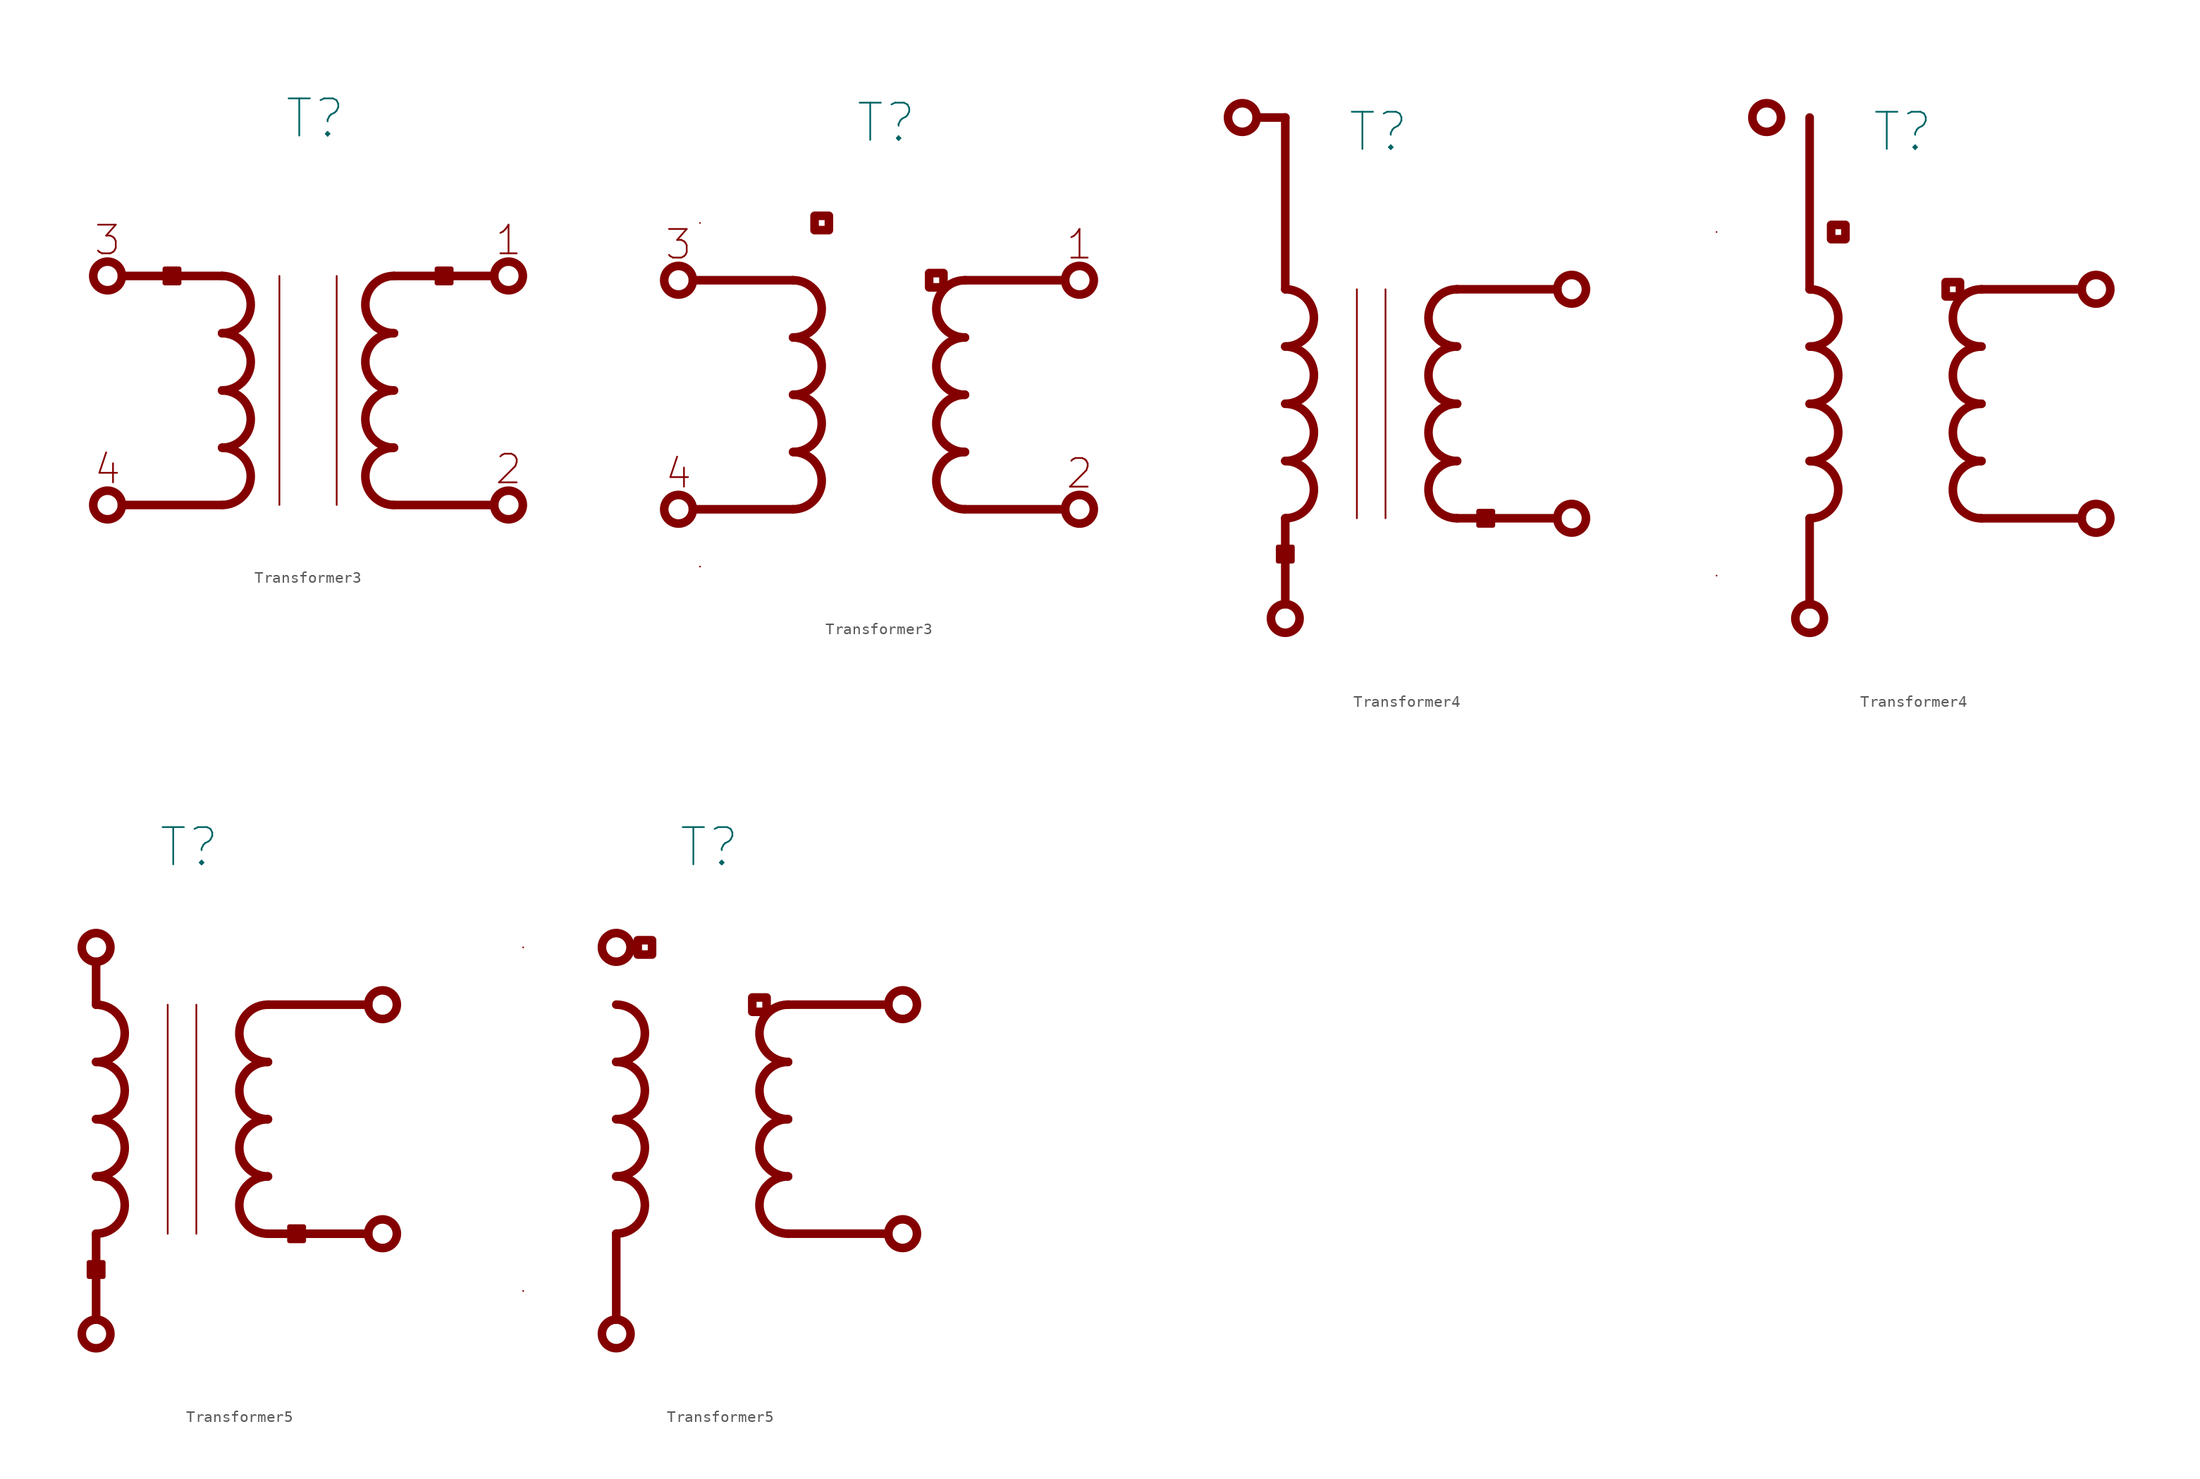
<source format=kicad_sym>
(kicad_symbol_lib
  (version 20211014)
  (generator kicad_symbol_editor)
  (symbol "Transformer3"
    (pin_numbers hide)
    (pin_names
      (offset 0) hide)
    (property "Reference" "T"
      (at 0.635 24.13 0)
      (effects (font (size 3.302 3.302))))
    (symbol "Transformer3_0_0"
      (circle (center -17.78 -10.16) (radius 1.27) (stroke (width 0.762) (type default) (color 0 0 0 0)) (fill (type none)))
      (circle (center -17.78 10.16) (radius 1.27) (stroke (width 0.762) (type default) (color 0 0 0 0)) (fill (type none)))
      (arc (start -7.62 -10.16) (mid -5.08 -7.62) (end -7.62 -5.08) (stroke (width 0.762) (type default) (color 0 0 0 0)) (fill (type none)))
      (arc (start -7.62 -5.08) (mid -5.08 -2.54) (end -7.62 0) (stroke (width 0.762) (type default) (color 0 0 0 0)) (fill (type none)))
      (arc (start -7.62 0) (mid -5.08 2.54) (end -7.62 5.08) (stroke (width 0.762) (type default) (color 0 0 0 0)) (fill (type none)))
      (arc (start -7.62 5.08) (mid -5.08 7.62) (end -7.62 10.16) (stroke (width 0.762) (type default) (color 0 0 0 0)) (fill (type none)))
      (polyline (pts (xy -7.62 -10.16) (xy -16.51 -10.16)) (stroke (width 0.762) (type default) (color 0 0 0 0)) (fill (type none)))
      (polyline (pts (xy -7.62 10.16) (xy -16.51 10.16)) (stroke (width 0.762) (type default) (color 0 0 0 0)) (fill (type none)))
      (polyline (pts (xy 7.62 -10.16) (xy 16.51 -10.16)) (stroke (width 0.762) (type default) (color 0 0 0 0)) (fill (type none)))
      (polyline (pts (xy 16.51 10.16) (xy 7.62 10.16)) (stroke (width 0.762) (type default) (color 0 0 0 0)) (fill (type none)))
      (circle (center 17.78 -10.16) (radius 1.27) (stroke (width 0.762) (type default) (color 0 0 0 0)) (fill (type none)))
      (circle (center 17.78 10.16) (radius 1.27) (stroke (width 0.762) (type default) (color 0 0 0 0)) (fill (type none)))
      (text "1" (at 17.78 13.335 0) (effects (font (size 2.54 2.54))))
      (text "2" (at 17.78 -6.985 0) (effects (font (size 2.54 2.54))))
      (text "3" (at -17.78 13.335 0) (effects (font (size 2.54 2.54))))
      (text "4" (at -17.78 -6.985 0) (effects (font (size 2.54 2.54)))))
    (symbol "Transformer3_0_1"
      (rectangle (start -11.43 10.795) (end -12.7 9.525) (stroke (width 0.406) (type default) (color 0 0 0 0)) (fill (type outline)))
      (polyline (pts (xy -2.54 10.16) (xy -2.54 -10.16)) (stroke (width 0) (type default) (color 0 0 0 0)) (fill (type none)))
      (polyline (pts (xy 2.54 10.16) (xy 2.54 -10.16)) (stroke (width 0) (type default) (color 0 0 0 0)) (fill (type none))))
    (symbol "Transformer3_0_2"
      (polyline (pts (xy -4.445 15.875) (xy -4.445 14.605) (xy -5.715 14.605) (xy -5.715 15.875) (xy -4.445 15.875)) (stroke (width 0.762) (type default) (color 0 0 0 0)) (fill (type none)))
      (polyline (pts (xy 4.445 10.795) (xy 4.445 9.525) (xy 5.715 9.525) (xy 5.715 10.795) (xy 4.445 10.795)) (stroke (width 0.762) (type default) (color 0 0 0 0)) (fill (type none))))
    (symbol "Transformer3_1_0"
      (arc (start 7.62 -5.08) (mid 5.08 -7.62) (end 7.62 -10.16) (stroke (width 0.762) (type default) (color 0 0 0 0)) (fill (type none)))
      (arc (start 7.62 0) (mid 5.08 -2.54) (end 7.62 -5.08) (stroke (width 0.762) (type default) (color 0 0 0 0)) (fill (type none)))
      (arc (start 7.62 5.08) (mid 5.08 2.54) (end 7.62 0) (stroke (width 0.762) (type default) (color 0 0 0 0)) (fill (type none)))
      (arc (start 7.62 10.16) (mid 5.08 7.62) (end 7.62 5.08) (stroke (width 0.762) (type default) (color 0 0 0 0)) (fill (type none)))
      (pin passive line (at -19.05 10.16 0) (length 0) (name "3" (effects (font (size 3.556 3.556)))) (number "3" (effects (font (size 3.556 3.556))))))
    (symbol "Transformer3_1_1"
      (rectangle (start 11.43 9.525) (end 12.7 10.795) (stroke (width 0.406) (type default) (color 0 0 0 0)) (fill (type outline)))
      (pin passive line (at 19.05 10.16 180) (length 0) (name "1" (effects (font (size 1.27 1.27)))) (number "1" (effects (font (size 1.27 1.27)))))
      (pin passive line (at 19.05 -10.16 180) (length 0) (name "2" (effects (font (size 3.556 3.556)))) (number "2" (effects (font (size 3.556 3.556)))))
      (pin passive line (at -19.05 -10.16 0) (length 0) (name "4" (effects (font (size 1.27 1.27)))) (number "4" (effects (font (size 1.27 1.27))))))
    (symbol "Transformer3_1_2"
      (pin passive line (at 15.875 10.16 180) (length 0) (name "1" (effects (font (size 1.27 1.27)))) (number "1" (effects (font (size 1.27 1.27)))))
      (pin passive line (at 15.875 -10.16 180) (length 0) (name "2" (effects (font (size 3.556 3.556)))) (number "2" (effects (font (size 3.556 3.556)))))
      (pin passive line (at -15.875 15.24 0) (length 0) (name "3" (effects (font (size 3.556 3.556)))) (number "3" (effects (font (size 3.556 3.556)))))
      (pin passive line (at -15.875 -15.24 0) (length 0) (name "4" (effects (font (size 1.27 1.27)))) (number "4" (effects (font (size 1.27 1.27)))))))
  (symbol "Transformer4"
    (pin_numbers hide)
    (pin_names
      (offset 0) hide)
    (property "Reference" "T"
      (at 0.635 24.13 0)
      (effects (font (size 3.302 3.302))))
    (symbol "Transformer4_0_0"
      (circle (center -11.43 25.4) (radius 1.27) (stroke (width 0.762) (type default) (color 0 0 0 0)) (fill (type none)))
      (circle (center -7.62 -19.05) (radius 1.27) (stroke (width 0.762) (type default) (color 0 0 0 0)) (fill (type none)))
      (arc (start -7.62 -10.16) (mid -5.08 -7.62) (end -7.62 -5.08) (stroke (width 0.762) (type default) (color 0 0 0 0)) (fill (type none)))
      (arc (start -7.62 -5.08) (mid -5.08 -2.54) (end -7.62 0) (stroke (width 0.762) (type default) (color 0 0 0 0)) (fill (type none)))
      (arc (start -7.62 0) (mid -5.08 2.54) (end -7.62 5.08) (stroke (width 0.762) (type default) (color 0 0 0 0)) (fill (type none)))
      (arc (start -7.62 5.08) (mid -5.08 7.62) (end -7.62 10.16) (stroke (width 0.762) (type default) (color 0 0 0 0)) (fill (type none)))
      (polyline (pts (xy -7.62 -10.16) (xy -7.62 -17.78)) (stroke (width 0.762) (type default) (color 0 0 0 0)) (fill (type none)))
      (polyline (pts (xy -7.62 25.4) (xy -7.62 10.16)) (stroke (width 0.762) (type default) (color 0 0 0 0)) (fill (type none)))
      (polyline (pts (xy 7.62 -10.16) (xy 16.51 -10.16)) (stroke (width 0.762) (type default) (color 0 0 0 0)) (fill (type none)))
      (polyline (pts (xy 16.51 10.16) (xy 7.62 10.16)) (stroke (width 0.762) (type default) (color 0 0 0 0)) (fill (type none)))
      (circle (center 17.78 -10.16) (radius 1.27) (stroke (width 0.762) (type default) (color 0 0 0 0)) (fill (type none)))
      (circle (center 17.78 10.16) (radius 1.27) (stroke (width 0.762) (type default) (color 0 0 0 0)) (fill (type none))))
    (symbol "Transformer4_0_1"
      (rectangle (start -6.985 -12.7) (end -8.255 -13.97) (stroke (width 0.406) (type default) (color 0 0 0 0)) (fill (type outline)))
      (polyline (pts (xy -10.16 25.4) (xy -7.62 25.4)) (stroke (width 0.762) (type default) (color 0 0 0 0)) (fill (type none)))
      (polyline (pts (xy -1.27 10.16) (xy -1.27 -10.16)) (stroke (width 0) (type default) (color 0 0 0 0)) (fill (type none)))
      (polyline (pts (xy 1.27 10.16) (xy 1.27 -10.16)) (stroke (width 0) (type default) (color 0 0 0 0)) (fill (type none))))
    (symbol "Transformer4_0_2"
      (polyline (pts (xy -4.445 15.875) (xy -4.445 14.605) (xy -5.715 14.605) (xy -5.715 15.875) (xy -4.445 15.875)) (stroke (width 0.762) (type default) (color 0 0 0 0)) (fill (type none)))
      (polyline (pts (xy 4.445 10.795) (xy 4.445 9.525) (xy 5.715 9.525) (xy 5.715 10.795) (xy 4.445 10.795)) (stroke (width 0.762) (type default) (color 0 0 0 0)) (fill (type none))))
    (symbol "Transformer4_1_0"
      (arc (start 7.62 -5.08) (mid 5.08 -7.62) (end 7.62 -10.16) (stroke (width 0.762) (type default) (color 0 0 0 0)) (fill (type none)))
      (arc (start 7.62 0) (mid 5.08 -2.54) (end 7.62 -5.08) (stroke (width 0.762) (type default) (color 0 0 0 0)) (fill (type none)))
      (arc (start 7.62 5.08) (mid 5.08 2.54) (end 7.62 0) (stroke (width 0.762) (type default) (color 0 0 0 0)) (fill (type none)))
      (arc (start 7.62 10.16) (mid 5.08 7.62) (end 7.62 5.08) (stroke (width 0.762) (type default) (color 0 0 0 0)) (fill (type none)))
      (pin passive line (at -12.7 25.4 0) (length 0) (name "3" (effects (font (size 3.556 3.556)))) (number "3" (effects (font (size 3.556 3.556))))))
    (symbol "Transformer4_1_1"
      (rectangle (start 9.525 -10.795) (end 10.795 -9.525) (stroke (width 0.406) (type default) (color 0 0 0 0)) (fill (type outline)))
      (pin passive line (at 19.05 10.16 180) (length 0) (name "1" (effects (font (size 1.27 1.27)))) (number "1" (effects (font (size 1.27 1.27)))))
      (pin passive line (at 19.05 -10.16 180) (length 0) (name "2" (effects (font (size 3.556 3.556)))) (number "2" (effects (font (size 3.556 3.556)))))
      (pin passive line (at -7.62 -20.32 90) (length 0) (name "4" (effects (font (size 1.27 1.27)))) (number "4" (effects (font (size 1.27 1.27))))))
    (symbol "Transformer4_1_2"
      (pin passive line (at 15.875 10.16 180) (length 0) (name "1" (effects (font (size 1.27 1.27)))) (number "1" (effects (font (size 1.27 1.27)))))
      (pin passive line (at 15.875 -10.16 180) (length 0) (name "2" (effects (font (size 3.556 3.556)))) (number "2" (effects (font (size 3.556 3.556)))))
      (pin passive line (at -15.875 15.24 0) (length 0) (name "3" (effects (font (size 3.556 3.556)))) (number "3" (effects (font (size 3.556 3.556)))))
      (pin passive line (at -15.875 -15.24 0) (length 0) (name "4" (effects (font (size 1.27 1.27)))) (number "4" (effects (font (size 1.27 1.27)))))))
  (symbol "Transformer5"
    (pin_numbers hide)
    (pin_names
      (offset 0) hide)
    (property "Reference" "T"
      (at 0.635 24.13 0)
      (effects (font (size 3.302 3.302))))
    (symbol "Transformer5_0_0"
      (circle (center -7.62 -19.05) (radius 1.27) (stroke (width 0.762) (type default) (color 0 0 0 0)) (fill (type none)))
      (arc (start -7.62 -10.16) (mid -5.08 -7.62) (end -7.62 -5.08) (stroke (width 0.762) (type default) (color 0 0 0 0)) (fill (type none)))
      (arc (start -7.62 -5.08) (mid -5.08 -2.54) (end -7.62 0) (stroke (width 0.762) (type default) (color 0 0 0 0)) (fill (type none)))
      (arc (start -7.62 0) (mid -5.08 2.54) (end -7.62 5.08) (stroke (width 0.762) (type default) (color 0 0 0 0)) (fill (type none)))
      (arc (start -7.62 5.08) (mid -5.08 7.62) (end -7.62 10.16) (stroke (width 0.762) (type default) (color 0 0 0 0)) (fill (type none)))
      (circle (center -7.62 15.24) (radius 1.27) (stroke (width 0.762) (type default) (color 0 0 0 0)) (fill (type none)))
      (polyline (pts (xy -7.62 -10.16) (xy -7.62 -17.78)) (stroke (width 0.762) (type default) (color 0 0 0 0)) (fill (type none)))
      (polyline (pts (xy 7.62 -10.16) (xy 16.51 -10.16)) (stroke (width 0.762) (type default) (color 0 0 0 0)) (fill (type none)))
      (polyline (pts (xy 16.51 10.16) (xy 7.62 10.16)) (stroke (width 0.762) (type default) (color 0 0 0 0)) (fill (type none)))
      (circle (center 17.78 -10.16) (radius 1.27) (stroke (width 0.762) (type default) (color 0 0 0 0)) (fill (type none)))
      (circle (center 17.78 10.16) (radius 1.27) (stroke (width 0.762) (type default) (color 0 0 0 0)) (fill (type none))))
    (symbol "Transformer5_0_1"
      (rectangle (start -6.985 -12.7) (end -8.255 -13.97) (stroke (width 0.406) (type default) (color 0 0 0 0)) (fill (type outline)))
      (polyline (pts (xy -7.62 13.97) (xy -7.62 10.16)) (stroke (width 0.762) (type default) (color 0 0 0 0)) (fill (type none)))
      (polyline (pts (xy -1.27 10.16) (xy -1.27 -10.16)) (stroke (width 0) (type default) (color 0 0 0 0)) (fill (type none)))
      (polyline (pts (xy 1.27 10.16) (xy 1.27 -10.16)) (stroke (width 0) (type default) (color 0 0 0 0)) (fill (type none))))
    (symbol "Transformer5_0_2"
      (polyline (pts (xy -4.445 15.875) (xy -4.445 14.605) (xy -5.715 14.605) (xy -5.715 15.875) (xy -4.445 15.875)) (stroke (width 0.762) (type default) (color 0 0 0 0)) (fill (type none)))
      (polyline (pts (xy 4.445 10.795) (xy 4.445 9.525) (xy 5.715 9.525) (xy 5.715 10.795) (xy 4.445 10.795)) (stroke (width 0.762) (type default) (color 0 0 0 0)) (fill (type none))))
    (symbol "Transformer5_1_0"
      (arc (start 7.62 -5.08) (mid 5.08 -7.62) (end 7.62 -10.16) (stroke (width 0.762) (type default) (color 0 0 0 0)) (fill (type none)))
      (arc (start 7.62 0) (mid 5.08 -2.54) (end 7.62 -5.08) (stroke (width 0.762) (type default) (color 0 0 0 0)) (fill (type none)))
      (arc (start 7.62 5.08) (mid 5.08 2.54) (end 7.62 0) (stroke (width 0.762) (type default) (color 0 0 0 0)) (fill (type none)))
      (arc (start 7.62 10.16) (mid 5.08 7.62) (end 7.62 5.08) (stroke (width 0.762) (type default) (color 0 0 0 0)) (fill (type none)))
      (pin passive line (at -7.62 16.51 270) (length 0) (name "3" (effects (font (size 3.556 3.556)))) (number "3" (effects (font (size 3.556 3.556))))))
    (symbol "Transformer5_1_1"
      (rectangle (start 9.525 -10.795) (end 10.795 -9.525) (stroke (width 0.406) (type default) (color 0 0 0 0)) (fill (type outline)))
      (pin passive line (at 19.05 10.16 180) (length 0) (name "1" (effects (font (size 1.27 1.27)))) (number "1" (effects (font (size 1.27 1.27)))))
      (pin passive line (at 19.05 -10.16 180) (length 0) (name "2" (effects (font (size 3.556 3.556)))) (number "2" (effects (font (size 3.556 3.556)))))
      (pin passive line (at -7.62 -20.32 90) (length 0) (name "4" (effects (font (size 1.27 1.27)))) (number "4" (effects (font (size 1.27 1.27))))))
    (symbol "Transformer5_1_2"
      (pin passive line (at 15.875 10.16 180) (length 0) (name "1" (effects (font (size 1.27 1.27)))) (number "1" (effects (font (size 1.27 1.27)))))
      (pin passive line (at 15.875 -10.16 180) (length 0) (name "2" (effects (font (size 3.556 3.556)))) (number "2" (effects (font (size 3.556 3.556)))))
      (pin passive line (at -15.875 15.24 0) (length 0) (name "3" (effects (font (size 3.556 3.556)))) (number "3" (effects (font (size 3.556 3.556)))))
      (pin passive line (at -15.875 -15.24 0) (length 0) (name "4" (effects (font (size 1.27 1.27)))) (number "4" (effects (font (size 1.27 1.27))))))))
</source>
